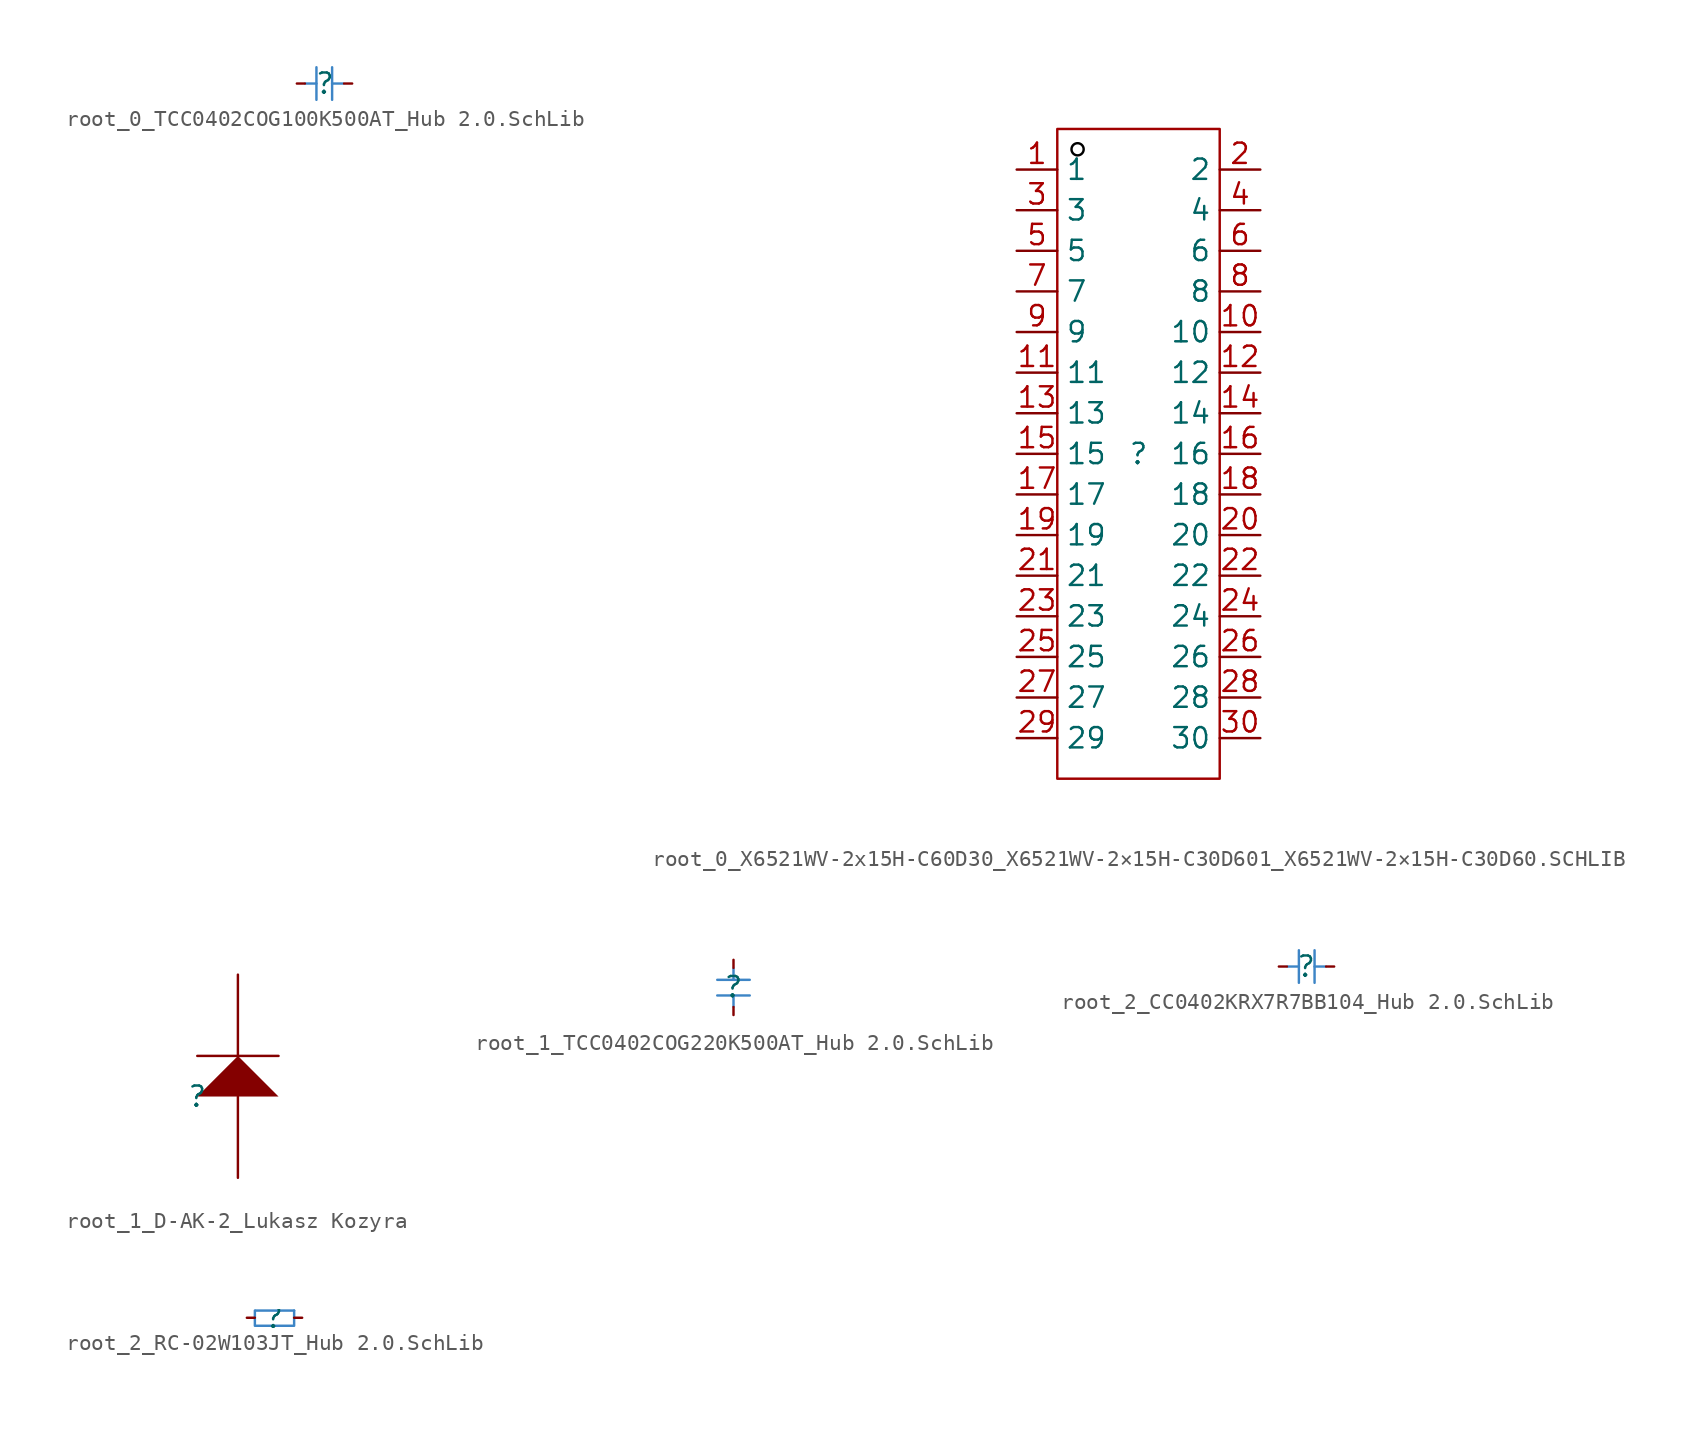
<source format=kicad_sym>
(kicad_symbol_lib
  (version 20241209)
  (generator "kicad_symbol_editor")
  (generator_version "9.0")
  (symbol "root_0_TCC0402COG100K500AT_Hub 2.0.SchLib"
    (pin_numbers
      (hide yes))
    (pin_names
      (hide yes))
    (property "Reference" ""
      (at 0 0 0)
      (effects (font (size 1.27 1.27))))
    (property "Value" ""
      (at 0 0 0)
      (effects (font (size 1.27 1.27))))
    (symbol "root_0_TCC0402COG100K500AT_Hub 2.0.SchLib_1_0"
      (polyline (pts (xy -1.228 0) (xy -0.528 0) (xy -0.528 1.016)) (stroke (width 0) (type solid) (color 61 133 198 1)) (fill (type none)))
      (polyline (pts (xy -0.528 0) (xy -0.528 -1.016)) (stroke (width 0) (type solid) (color 61 133 198 1)) (fill (type none)))
      (polyline (pts (xy 0.45 0) (xy 0.45 1.016)) (stroke (width 0) (type solid) (color 61 133 198 1)) (fill (type none)))
      (polyline (pts (xy 1.15 0) (xy 0.45 0) (xy 0.45 -1.016)) (stroke (width 0) (type solid) (color 61 133 198 1)) (fill (type none)))
      (pin passive line (at -1.75 0 0) (length 0.5) (name "1" (effects (font (size 1.27 1.27)))) (number "1" (effects (font (size 1.27 1.27)))))
      (pin passive line (at 1.7 0 180) (length 0.5) (name "2" (effects (font (size 1.27 1.27)))) (number "2" (effects (font (size 1.27 1.27)))))))
  (symbol "root_0_X6521WV-2x15H-C60D30_X6521WV-2×15H-C30D601_X6521WV-2×15H-C30D60.SCHLIB"
    (property "Reference" ""
      (at 0 0 0)
      (effects (font (size 1.27 1.27))))
    (property "Value" ""
      (at 0 0 0)
      (effects (font (size 1.27 1.27))))
    (symbol "root_0_X6521WV-2x15H-C60D30_X6521WV-2×15H-C30D601_X6521WV-2×15H-C30D60.SCHLIB_1_0"
      (rectangle (start -5.08 20.32) (end 5.08 -20.32) (stroke (width 0) (type solid) (color 160 0 0 1)) (fill (type none)))
      (circle (center -3.81 19.05) (radius 0.381) (stroke (width 0) (type solid) (color 0 0 0 1)) (fill (type none)))
      (pin passive line (at -7.62 17.78 0) (length 2.54) (name "1" (effects (font (size 1.27 1.27)))) (number "1" (effects (font (size 1.27 1.27)))))
      (pin passive line (at -7.62 15.24 0) (length 2.54) (name "3" (effects (font (size 1.27 1.27)))) (number "3" (effects (font (size 1.27 1.27)))))
      (pin passive line (at -7.62 12.7 0) (length 2.54) (name "5" (effects (font (size 1.27 1.27)))) (number "5" (effects (font (size 1.27 1.27)))))
      (pin passive line (at -7.62 10.16 0) (length 2.54) (name "7" (effects (font (size 1.27 1.27)))) (number "7" (effects (font (size 1.27 1.27)))))
      (pin passive line (at -7.62 7.62 0) (length 2.54) (name "9" (effects (font (size 1.27 1.27)))) (number "9" (effects (font (size 1.27 1.27)))))
      (pin passive line (at -7.62 5.08 0) (length 2.54) (name "11" (effects (font (size 1.27 1.27)))) (number "11" (effects (font (size 1.27 1.27)))))
      (pin passive line (at -7.62 2.54 0) (length 2.54) (name "13" (effects (font (size 1.27 1.27)))) (number "13" (effects (font (size 1.27 1.27)))))
      (pin passive line (at -7.62 0 0) (length 2.54) (name "15" (effects (font (size 1.27 1.27)))) (number "15" (effects (font (size 1.27 1.27)))))
      (pin passive line (at -7.62 -2.54 0) (length 2.54) (name "17" (effects (font (size 1.27 1.27)))) (number "17" (effects (font (size 1.27 1.27)))))
      (pin passive line (at -7.62 -5.08 0) (length 2.54) (name "19" (effects (font (size 1.27 1.27)))) (number "19" (effects (font (size 1.27 1.27)))))
      (pin passive line (at -7.62 -7.62 0) (length 2.54) (name "21" (effects (font (size 1.27 1.27)))) (number "21" (effects (font (size 1.27 1.27)))))
      (pin passive line (at -7.62 -10.16 0) (length 2.54) (name "23" (effects (font (size 1.27 1.27)))) (number "23" (effects (font (size 1.27 1.27)))))
      (pin passive line (at -7.62 -12.7 0) (length 2.54) (name "25" (effects (font (size 1.27 1.27)))) (number "25" (effects (font (size 1.27 1.27)))))
      (pin passive line (at -7.62 -15.24 0) (length 2.54) (name "27" (effects (font (size 1.27 1.27)))) (number "27" (effects (font (size 1.27 1.27)))))
      (pin passive line (at -7.62 -17.78 0) (length 2.54) (name "29" (effects (font (size 1.27 1.27)))) (number "29" (effects (font (size 1.27 1.27)))))
      (pin passive line (at 7.62 17.78 180) (length 2.54) (name "2" (effects (font (size 1.27 1.27)))) (number "2" (effects (font (size 1.27 1.27)))))
      (pin passive line (at 7.62 15.24 180) (length 2.54) (name "4" (effects (font (size 1.27 1.27)))) (number "4" (effects (font (size 1.27 1.27)))))
      (pin passive line (at 7.62 12.7 180) (length 2.54) (name "6" (effects (font (size 1.27 1.27)))) (number "6" (effects (font (size 1.27 1.27)))))
      (pin passive line (at 7.62 10.16 180) (length 2.54) (name "8" (effects (font (size 1.27 1.27)))) (number "8" (effects (font (size 1.27 1.27)))))
      (pin passive line (at 7.62 7.62 180) (length 2.54) (name "10" (effects (font (size 1.27 1.27)))) (number "10" (effects (font (size 1.27 1.27)))))
      (pin passive line (at 7.62 5.08 180) (length 2.54) (name "12" (effects (font (size 1.27 1.27)))) (number "12" (effects (font (size 1.27 1.27)))))
      (pin passive line (at 7.62 2.54 180) (length 2.54) (name "14" (effects (font (size 1.27 1.27)))) (number "14" (effects (font (size 1.27 1.27)))))
      (pin passive line (at 7.62 0 180) (length 2.54) (name "16" (effects (font (size 1.27 1.27)))) (number "16" (effects (font (size 1.27 1.27)))))
      (pin passive line (at 7.62 -2.54 180) (length 2.54) (name "18" (effects (font (size 1.27 1.27)))) (number "18" (effects (font (size 1.27 1.27)))))
      (pin passive line (at 7.62 -5.08 180) (length 2.54) (name "20" (effects (font (size 1.27 1.27)))) (number "20" (effects (font (size 1.27 1.27)))))
      (pin passive line (at 7.62 -7.62 180) (length 2.54) (name "22" (effects (font (size 1.27 1.27)))) (number "22" (effects (font (size 1.27 1.27)))))
      (pin passive line (at 7.62 -10.16 180) (length 2.54) (name "24" (effects (font (size 1.27 1.27)))) (number "24" (effects (font (size 1.27 1.27)))))
      (pin passive line (at 7.62 -12.7 180) (length 2.54) (name "26" (effects (font (size 1.27 1.27)))) (number "26" (effects (font (size 1.27 1.27)))))
      (pin passive line (at 7.62 -15.24 180) (length 2.54) (name "28" (effects (font (size 1.27 1.27)))) (number "28" (effects (font (size 1.27 1.27)))))
      (pin passive line (at 7.62 -17.78 180) (length 2.54) (name "30" (effects (font (size 1.27 1.27)))) (number "30" (effects (font (size 1.27 1.27)))))))
  (symbol "root_1_D-AK-2_Lukasz Kozyra"
    (pin_numbers
      (hide yes))
    (pin_names
      (hide yes))
    (property "Reference" ""
      (at 0 0 0)
      (effects (font (size 1.27 1.27))))
    (property "Value" ""
      (at 0 0 0)
      (effects (font (size 1.27 1.27))))
    (symbol "root_1_D-AK-2_Lukasz Kozyra_1_0"
      (polyline (pts (xy 0 2.54) (xy 5.08 2.54)) (stroke (width 0) (type solid)) (fill (type none)))
      (polyline (pts (xy 5.08 0) (xy 2.54 2.54) (xy 0 0) (xy 5.08 0)) (stroke (width -0.0001) (type solid)) (fill (type outline)))
      (pin passive line (at 2.54 7.62 270) (length 5.08) (name "K" (effects (font (size 1.27 1.27)))) (number "2" (effects (font (size 1.27 1.27)))))
      (pin passive line (at 2.54 -5.08 90) (length 5.08) (name "A" (effects (font (size 1.27 1.27)))) (number "1" (effects (font (size 1.27 1.27)))))))
  (symbol "root_1_TCC0402COG220K500AT_Hub 2.0.SchLib"
    (pin_numbers
      (hide yes))
    (pin_names
      (hide yes))
    (property "Reference" ""
      (at 0 0 0)
      (effects (font (size 1.27 1.27))))
    (property "Value" ""
      (at 0 0 0)
      (effects (font (size 1.27 1.27))))
    (symbol "root_1_TCC0402COG220K500AT_Hub 2.0.SchLib_1_0"
      (polyline (pts (xy 0 1.15) (xy 0 0.45) (xy 1.016 0.45)) (stroke (width 0) (type solid) (color 61 133 198 1)) (fill (type none)))
      (polyline (pts (xy 0 0.45) (xy -1.016 0.45)) (stroke (width 0) (type solid) (color 61 133 198 1)) (fill (type none)))
      (polyline (pts (xy 0 -0.528) (xy 1.016 -0.528)) (stroke (width 0) (type solid) (color 61 133 198 1)) (fill (type none)))
      (polyline (pts (xy 0 -1.228) (xy 0 -0.528) (xy -1.016 -0.528)) (stroke (width 0) (type solid) (color 61 133 198 1)) (fill (type none)))
      (pin passive line (at 0 1.7 270) (length 0.5) (name "2" (effects (font (size 1.27 1.27)))) (number "2" (effects (font (size 1.27 1.27)))))
      (pin passive line (at 0 -1.75 90) (length 0.5) (name "1" (effects (font (size 1.27 1.27)))) (number "1" (effects (font (size 1.27 1.27)))))))
  (symbol "root_2_CC0402KRX7R7BB104_Hub 2.0.SchLib"
    (pin_numbers
      (hide yes))
    (pin_names
      (hide yes))
    (property "Reference" ""
      (at 0 0 0)
      (effects (font (size 1.27 1.27))))
    (property "Value" ""
      (at 0 0 0)
      (effects (font (size 1.27 1.27))))
    (symbol "root_2_CC0402KRX7R7BB104_Hub 2.0.SchLib_1_0"
      (polyline (pts (xy -1.15 0) (xy -0.45 0) (xy -0.45 1.016)) (stroke (width 0) (type solid) (color 61 133 198 1)) (fill (type none)))
      (polyline (pts (xy -0.45 0) (xy -0.45 -1.016)) (stroke (width 0) (type solid) (color 61 133 198 1)) (fill (type none)))
      (polyline (pts (xy 0.528 0) (xy 0.528 1.016)) (stroke (width 0) (type solid) (color 61 133 198 1)) (fill (type none)))
      (polyline (pts (xy 1.228 0) (xy 0.528 0) (xy 0.528 -1.016)) (stroke (width 0) (type solid) (color 61 133 198 1)) (fill (type none)))
      (pin passive line (at -1.7 0 0) (length 0.5) (name "2" (effects (font (size 1.27 1.27)))) (number "2" (effects (font (size 1.27 1.27)))))
      (pin passive line (at 1.75 0 180) (length 0.5) (name "1" (effects (font (size 1.27 1.27)))) (number "1" (effects (font (size 1.27 1.27)))))))
  (symbol "root_2_RC-02W103JT_Hub 2.0.SchLib"
    (pin_numbers
      (hide yes))
    (pin_names
      (hide yes))
    (property "Reference" ""
      (at 0 0 0)
      (effects (font (size 1.27 1.27))))
    (property "Value" ""
      (at 0 0 0)
      (effects (font (size 1.27 1.27))))
    (symbol "root_2_RC-02W103JT_Hub 2.0.SchLib_1_0"
      (polyline (pts (xy 1.25 0.45) (xy -1.15 0.45)) (stroke (width 0) (type solid) (color 61 133 198 1)) (fill (type none)))
      (polyline (pts (xy 1.25 0.45) (xy 1.25 -0.5) (xy -1.2 -0.5) (xy -1.2 0.45)) (stroke (width 0) (type solid) (color 61 133 198 1)) (fill (type none)))
      (pin passive line (at -1.7 0 0) (length 0.5) (name "2" (effects (font (size 1.27 1.27)))) (number "2" (effects (font (size 1.27 1.27)))))
      (pin passive line (at 1.75 0 180) (length 0.5) (name "1" (effects (font (size 1.27 1.27)))) (number "1" (effects (font (size 1.27 1.27))))))))
</source>
